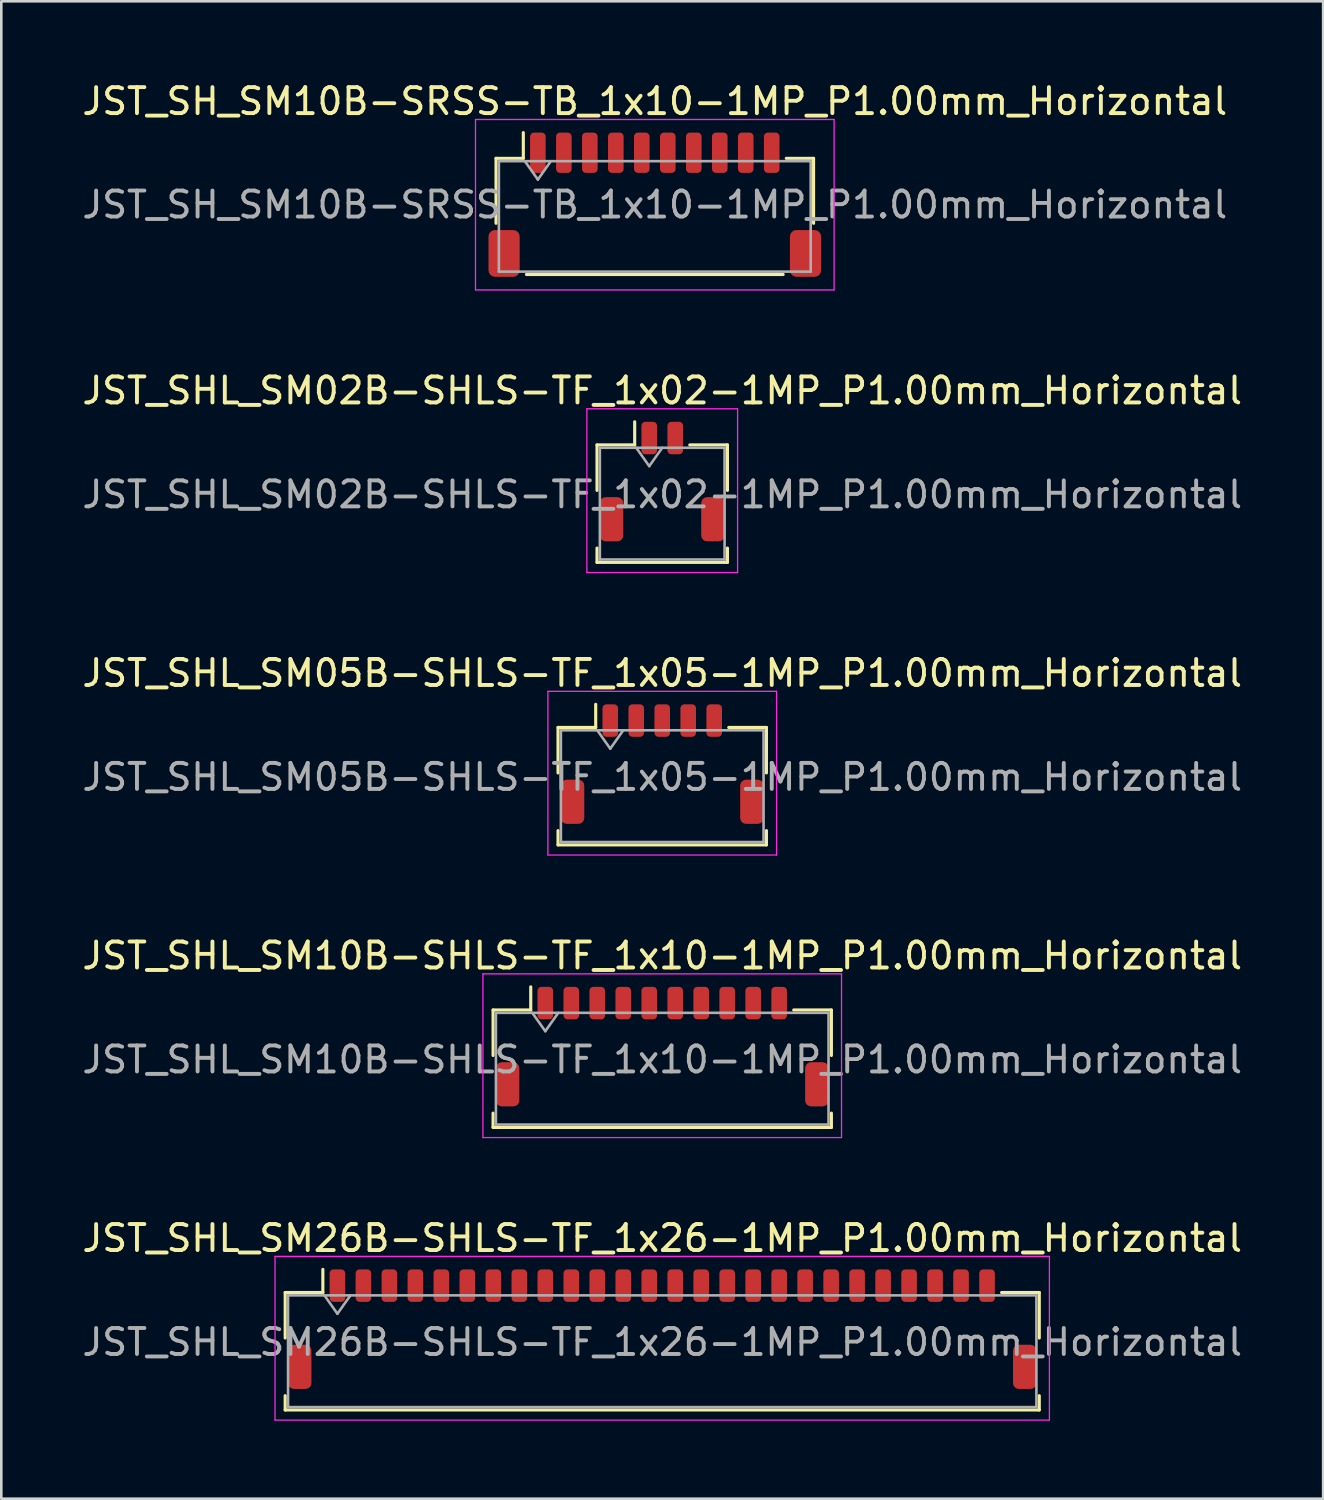
<source format=kicad_pcb>
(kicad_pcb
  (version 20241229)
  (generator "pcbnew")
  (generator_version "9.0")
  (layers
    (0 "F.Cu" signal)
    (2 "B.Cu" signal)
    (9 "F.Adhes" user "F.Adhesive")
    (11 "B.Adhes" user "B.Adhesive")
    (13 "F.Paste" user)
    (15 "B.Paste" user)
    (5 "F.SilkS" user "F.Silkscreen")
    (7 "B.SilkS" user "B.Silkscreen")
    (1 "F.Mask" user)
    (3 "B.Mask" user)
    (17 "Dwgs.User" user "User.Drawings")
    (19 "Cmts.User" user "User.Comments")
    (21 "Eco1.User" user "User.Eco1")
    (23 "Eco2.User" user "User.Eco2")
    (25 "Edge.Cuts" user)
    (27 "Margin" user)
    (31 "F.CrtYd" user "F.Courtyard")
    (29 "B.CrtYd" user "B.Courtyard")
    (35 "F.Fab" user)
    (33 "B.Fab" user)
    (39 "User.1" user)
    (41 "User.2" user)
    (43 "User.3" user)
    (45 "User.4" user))
  (footprint "JST_SHL_SM02B-SHLS-TF_1x02-1MP_P1.00mm_Horizontal"
    (layer "F.Cu")
    (at 22.435 15.482)
    (property "Reference" "JST_SHL_SM02B-SHLS-TF_1x02-1MP_P1.00mm_Horizontal" (at 0 -3.5 0) (layer "F.SilkS") (effects (font (size 1 1) (thickness 0.15))))
    (attr smd)
    (fp_line (start -2.51 -1.41) (end -1.06 -1.41) (stroke (width 0.12) (type solid)) (layer "F.SilkS"))
    (fp_line (start -2.51 0.34) (end -2.51 -1.41) (stroke (width 0.12) (type solid)) (layer "F.SilkS"))
    (fp_line (start -2.51 2.56) (end -2.51 3.11) (stroke (width 0.12) (type solid)) (layer "F.SilkS"))
    (fp_line (start -2.51 3.11) (end 2.51 3.11) (stroke (width 0.12) (type solid)) (layer "F.SilkS"))
    (fp_line (start -1.06 -1.41) (end -1.06 -2.3) (stroke (width 0.12) (type solid)) (layer "F.SilkS"))
    (fp_line (start 2.51 -1.41) (end 1.06 -1.41) (stroke (width 0.12) (type solid)) (layer "F.SilkS"))
    (fp_line (start 2.51 0.34) (end 2.51 -1.41) (stroke (width 0.12) (type solid)) (layer "F.SilkS"))
    (fp_line (start 2.51 3.11) (end 2.51 2.56) (stroke (width 0.12) (type solid)) (layer "F.SilkS"))
    (fp_line (start -2.9 -2.8) (end -2.9 3.5) (stroke (width 0.05) (type solid)) (layer "F.CrtYd"))
    (fp_line (start -2.9 3.5) (end 2.9 3.5) (stroke (width 0.05) (type solid)) (layer "F.CrtYd"))
    (fp_line (start 2.9 -2.8) (end -2.9 -2.8) (stroke (width 0.05) (type solid)) (layer "F.CrtYd"))
    (fp_line (start 2.9 3.5) (end 2.9 -2.8) (stroke (width 0.05) (type solid)) (layer "F.CrtYd"))
    (fp_line (start -2.4 -1.3) (end -2.4 3) (stroke (width 0.1) (type solid)) (layer "F.Fab"))
    (fp_line (start -2.4 -1.3) (end 2.4 -1.3) (stroke (width 0.1) (type solid)) (layer "F.Fab"))
    (fp_line (start -2.4 3) (end 2.4 3) (stroke (width 0.1) (type solid)) (layer "F.Fab"))
    (fp_line (start -1 -1.3) (end -0.5 -0.593) (stroke (width 0.1) (type solid)) (layer "F.Fab"))
    (fp_line (start -0.5 -0.593) (end 0 -1.3) (stroke (width 0.1) (type solid)) (layer "F.Fab"))
    (fp_line (start 2.4 -1.3) (end 2.4 3) (stroke (width 0.1) (type solid)) (layer "F.Fab"))
    (fp_text user "${REFERENCE}" (at 0 0.5 0) (layer "F.Fab") (effects (font (size 1 1) (thickness 0.15))))
    (pad "1" smd roundrect (at -0.5 -1.675) (size 0.6 1.25) (layers "F.Cu" "F.Mask" "F.Paste") (roundrect_rratio 0.25))
    (pad "2" smd roundrect (at 0.5 -1.675) (size 0.6 1.25) (layers "F.Cu" "F.Mask" "F.Paste") (roundrect_rratio 0.25))
    (pad "MP" smd roundrect (at -1.95 1.45) (size 0.9 1.7) (layers "F.Cu" "F.Mask" "F.Paste") (roundrect_rratio 0.25))
    (pad "MP" smd roundrect (at 1.95 1.45) (size 0.9 1.7) (layers "F.Cu" "F.Mask" "F.Paste") (roundrect_rratio 0.25)))
  (footprint "JST_SH_SM10B-SRSS-TB_1x10-1MP_P1.00mm_Horizontal"
    (layer "F.Cu")
    (at 22.149 4.828)
    (property "Reference" "JST_SH_SM10B-SRSS-TB_1x10-1MP_P1.00mm_Horizontal" (at 0 -3.98 0) (layer "F.SilkS") (effects (font (size 1 1) (thickness 0.15))))
    (attr smd)
    (fp_line (start -6.11 -1.785) (end -5.06 -1.785) (stroke (width 0.12) (type solid)) (layer "F.SilkS"))
    (fp_line (start -6.11 0.715) (end -6.11 -1.785) (stroke (width 0.12) (type solid)) (layer "F.SilkS"))
    (fp_line (start -5.06 -1.785) (end -5.06 -2.775) (stroke (width 0.12) (type solid)) (layer "F.SilkS"))
    (fp_line (start -4.94 2.685) (end 4.94 2.685) (stroke (width 0.12) (type solid)) (layer "F.SilkS"))
    (fp_line (start 6.11 -1.785) (end 5.06 -1.785) (stroke (width 0.12) (type solid)) (layer "F.SilkS"))
    (fp_line (start 6.11 0.715) (end 6.11 -1.785) (stroke (width 0.12) (type solid)) (layer "F.SilkS"))
    (fp_line (start -6.9 -3.28) (end -6.9 3.28) (stroke (width 0.05) (type solid)) (layer "F.CrtYd"))
    (fp_line (start -6.9 3.28) (end 6.9 3.28) (stroke (width 0.05) (type solid)) (layer "F.CrtYd"))
    (fp_line (start 6.9 -3.28) (end -6.9 -3.28) (stroke (width 0.05) (type solid)) (layer "F.CrtYd"))
    (fp_line (start 6.9 3.28) (end 6.9 -3.28) (stroke (width 0.05) (type solid)) (layer "F.CrtYd"))
    (fp_line (start -6 -1.675) (end -6 2.575) (stroke (width 0.1) (type solid)) (layer "F.Fab"))
    (fp_line (start -6 -1.675) (end 6 -1.675) (stroke (width 0.1) (type solid)) (layer "F.Fab"))
    (fp_line (start -6 2.575) (end 6 2.575) (stroke (width 0.1) (type solid)) (layer "F.Fab"))
    (fp_line (start -5 -1.675) (end -4.5 -0.968) (stroke (width 0.1) (type solid)) (layer "F.Fab"))
    (fp_line (start -4.5 -0.968) (end -4 -1.675) (stroke (width 0.1) (type solid)) (layer "F.Fab"))
    (fp_line (start 6 -1.675) (end 6 2.575) (stroke (width 0.1) (type solid)) (layer "F.Fab"))
    (fp_text user "${REFERENCE}" (at 0 0 0) (layer "F.Fab") (effects (font (size 1 1) (thickness 0.15))))
    (pad "1" smd roundrect (at -4.5 -2) (size 0.6 1.55) (layers "F.Cu" "F.Mask" "F.Paste") (roundrect_rratio 0.25))
    (pad "2" smd roundrect (at -3.5 -2) (size 0.6 1.55) (layers "F.Cu" "F.Mask" "F.Paste") (roundrect_rratio 0.25))
    (pad "3" smd roundrect (at -2.5 -2) (size 0.6 1.55) (layers "F.Cu" "F.Mask" "F.Paste") (roundrect_rratio 0.25))
    (pad "4" smd roundrect (at -1.5 -2) (size 0.6 1.55) (layers "F.Cu" "F.Mask" "F.Paste") (roundrect_rratio 0.25))
    (pad "5" smd roundrect (at -0.5 -2) (size 0.6 1.55) (layers "F.Cu" "F.Mask" "F.Paste") (roundrect_rratio 0.25))
    (pad "6" smd roundrect (at 0.5 -2) (size 0.6 1.55) (layers "F.Cu" "F.Mask" "F.Paste") (roundrect_rratio 0.25))
    (pad "7" smd roundrect (at 1.5 -2) (size 0.6 1.55) (layers "F.Cu" "F.Mask" "F.Paste") (roundrect_rratio 0.25))
    (pad "8" smd roundrect (at 2.5 -2) (size 0.6 1.55) (layers "F.Cu" "F.Mask" "F.Paste") (roundrect_rratio 0.25))
    (pad "9" smd roundrect (at 3.5 -2) (size 0.6 1.55) (layers "F.Cu" "F.Mask" "F.Paste") (roundrect_rratio 0.25))
    (pad "10" smd roundrect (at 4.5 -2) (size 0.6 1.55) (layers "F.Cu" "F.Mask" "F.Paste") (roundrect_rratio 0.25))
    (pad "MP" smd roundrect (at -5.8 1.875) (size 1.2 1.8) (layers "F.Cu" "F.Mask" "F.Paste") (roundrect_rratio 0.208))
    (pad "MP" smd roundrect (at 5.8 1.875) (size 1.2 1.8) (layers "F.Cu" "F.Mask" "F.Paste") (roundrect_rratio 0.208)))
  (footprint "JST_SHL_SM10B-SHLS-TF_1x10-1MP_P1.00mm_Horizontal"
    (layer "F.Cu")
    (at 22.435 37.228)
    (property "Reference" "JST_SHL_SM10B-SHLS-TF_1x10-1MP_P1.00mm_Horizontal" (at 0 -3.5 0) (layer "F.SilkS") (effects (font (size 1 1) (thickness 0.15))))
    (attr smd)
    (fp_line (start -6.51 -1.41) (end -5.06 -1.41) (stroke (width 0.12) (type solid)) (layer "F.SilkS"))
    (fp_line (start -6.51 0.34) (end -6.51 -1.41) (stroke (width 0.12) (type solid)) (layer "F.SilkS"))
    (fp_line (start -6.51 2.56) (end -6.51 3.11) (stroke (width 0.12) (type solid)) (layer "F.SilkS"))
    (fp_line (start -6.51 3.11) (end 6.51 3.11) (stroke (width 0.12) (type solid)) (layer "F.SilkS"))
    (fp_line (start -5.06 -1.41) (end -5.06 -2.3) (stroke (width 0.12) (type solid)) (layer "F.SilkS"))
    (fp_line (start 6.51 -1.41) (end 5.06 -1.41) (stroke (width 0.12) (type solid)) (layer "F.SilkS"))
    (fp_line (start 6.51 0.34) (end 6.51 -1.41) (stroke (width 0.12) (type solid)) (layer "F.SilkS"))
    (fp_line (start 6.51 3.11) (end 6.51 2.56) (stroke (width 0.12) (type solid)) (layer "F.SilkS"))
    (fp_line (start -6.9 -2.8) (end -6.9 3.5) (stroke (width 0.05) (type solid)) (layer "F.CrtYd"))
    (fp_line (start -6.9 3.5) (end 6.9 3.5) (stroke (width 0.05) (type solid)) (layer "F.CrtYd"))
    (fp_line (start 6.9 -2.8) (end -6.9 -2.8) (stroke (width 0.05) (type solid)) (layer "F.CrtYd"))
    (fp_line (start 6.9 3.5) (end 6.9 -2.8) (stroke (width 0.05) (type solid)) (layer "F.CrtYd"))
    (fp_line (start -6.4 -1.3) (end -6.4 3) (stroke (width 0.1) (type solid)) (layer "F.Fab"))
    (fp_line (start -6.4 -1.3) (end 6.4 -1.3) (stroke (width 0.1) (type solid)) (layer "F.Fab"))
    (fp_line (start -6.4 3) (end 6.4 3) (stroke (width 0.1) (type solid)) (layer "F.Fab"))
    (fp_line (start -5 -1.3) (end -4.5 -0.593) (stroke (width 0.1) (type solid)) (layer "F.Fab"))
    (fp_line (start -4.5 -0.593) (end -4 -1.3) (stroke (width 0.1) (type solid)) (layer "F.Fab"))
    (fp_line (start 6.4 -1.3) (end 6.4 3) (stroke (width 0.1) (type solid)) (layer "F.Fab"))
    (fp_text user "${REFERENCE}" (at 0 0.5 0) (layer "F.Fab") (effects (font (size 1 1) (thickness 0.15))))
    (pad "1" smd roundrect (at -4.5 -1.675) (size 0.6 1.25) (layers "F.Cu" "F.Mask" "F.Paste") (roundrect_rratio 0.25))
    (pad "2" smd roundrect (at -3.5 -1.675) (size 0.6 1.25) (layers "F.Cu" "F.Mask" "F.Paste") (roundrect_rratio 0.25))
    (pad "3" smd roundrect (at -2.5 -1.675) (size 0.6 1.25) (layers "F.Cu" "F.Mask" "F.Paste") (roundrect_rratio 0.25))
    (pad "4" smd roundrect (at -1.5 -1.675) (size 0.6 1.25) (layers "F.Cu" "F.Mask" "F.Paste") (roundrect_rratio 0.25))
    (pad "5" smd roundrect (at -0.5 -1.675) (size 0.6 1.25) (layers "F.Cu" "F.Mask" "F.Paste") (roundrect_rratio 0.25))
    (pad "6" smd roundrect (at 0.5 -1.675) (size 0.6 1.25) (layers "F.Cu" "F.Mask" "F.Paste") (roundrect_rratio 0.25))
    (pad "7" smd roundrect (at 1.5 -1.675) (size 0.6 1.25) (layers "F.Cu" "F.Mask" "F.Paste") (roundrect_rratio 0.25))
    (pad "8" smd roundrect (at 2.5 -1.675) (size 0.6 1.25) (layers "F.Cu" "F.Mask" "F.Paste") (roundrect_rratio 0.25))
    (pad "9" smd roundrect (at 3.5 -1.675) (size 0.6 1.25) (layers "F.Cu" "F.Mask" "F.Paste") (roundrect_rratio 0.25))
    (pad "10" smd roundrect (at 4.5 -1.675) (size 0.6 1.25) (layers "F.Cu" "F.Mask" "F.Paste") (roundrect_rratio 0.25))
    (pad "MP" smd roundrect (at -5.95 1.45) (size 0.9 1.7) (layers "F.Cu" "F.Mask" "F.Paste") (roundrect_rratio 0.25))
    (pad "MP" smd roundrect (at 5.95 1.45) (size 0.9 1.7) (layers "F.Cu" "F.Mask" "F.Paste") (roundrect_rratio 0.25)))
  (footprint "JST_SHL_SM05B-SHLS-TF_1x05-1MP_P1.00mm_Horizontal"
    (layer "F.Cu")
    (at 22.435 26.355)
    (property "Reference" "JST_SHL_SM05B-SHLS-TF_1x05-1MP_P1.00mm_Horizontal" (at 0 -3.5 0) (layer "F.SilkS") (effects (font (size 1 1) (thickness 0.15))))
    (attr smd)
    (fp_line (start -4.01 -1.41) (end -2.56 -1.41) (stroke (width 0.12) (type solid)) (layer "F.SilkS"))
    (fp_line (start -4.01 0.34) (end -4.01 -1.41) (stroke (width 0.12) (type solid)) (layer "F.SilkS"))
    (fp_line (start -4.01 2.56) (end -4.01 3.11) (stroke (width 0.12) (type solid)) (layer "F.SilkS"))
    (fp_line (start -4.01 3.11) (end 4.01 3.11) (stroke (width 0.12) (type solid)) (layer "F.SilkS"))
    (fp_line (start -2.56 -1.41) (end -2.56 -2.3) (stroke (width 0.12) (type solid)) (layer "F.SilkS"))
    (fp_line (start 4.01 -1.41) (end 2.56 -1.41) (stroke (width 0.12) (type solid)) (layer "F.SilkS"))
    (fp_line (start 4.01 0.34) (end 4.01 -1.41) (stroke (width 0.12) (type solid)) (layer "F.SilkS"))
    (fp_line (start 4.01 3.11) (end 4.01 2.56) (stroke (width 0.12) (type solid)) (layer "F.SilkS"))
    (fp_line (start -4.4 -2.8) (end -4.4 3.5) (stroke (width 0.05) (type solid)) (layer "F.CrtYd"))
    (fp_line (start -4.4 3.5) (end 4.4 3.5) (stroke (width 0.05) (type solid)) (layer "F.CrtYd"))
    (fp_line (start 4.4 -2.8) (end -4.4 -2.8) (stroke (width 0.05) (type solid)) (layer "F.CrtYd"))
    (fp_line (start 4.4 3.5) (end 4.4 -2.8) (stroke (width 0.05) (type solid)) (layer "F.CrtYd"))
    (fp_line (start -3.9 -1.3) (end -3.9 3) (stroke (width 0.1) (type solid)) (layer "F.Fab"))
    (fp_line (start -3.9 -1.3) (end 3.9 -1.3) (stroke (width 0.1) (type solid)) (layer "F.Fab"))
    (fp_line (start -3.9 3) (end 3.9 3) (stroke (width 0.1) (type solid)) (layer "F.Fab"))
    (fp_line (start -2.5 -1.3) (end -2 -0.593) (stroke (width 0.1) (type solid)) (layer "F.Fab"))
    (fp_line (start -2 -0.593) (end -1.5 -1.3) (stroke (width 0.1) (type solid)) (layer "F.Fab"))
    (fp_line (start 3.9 -1.3) (end 3.9 3) (stroke (width 0.1) (type solid)) (layer "F.Fab"))
    (fp_text user "${REFERENCE}" (at 0 0.5 0) (layer "F.Fab") (effects (font (size 1 1) (thickness 0.15))))
    (pad "1" smd roundrect (at -2 -1.675) (size 0.6 1.25) (layers "F.Cu" "F.Mask" "F.Paste") (roundrect_rratio 0.25))
    (pad "2" smd roundrect (at -1 -1.675) (size 0.6 1.25) (layers "F.Cu" "F.Mask" "F.Paste") (roundrect_rratio 0.25))
    (pad "3" smd roundrect (at 0 -1.675) (size 0.6 1.25) (layers "F.Cu" "F.Mask" "F.Paste") (roundrect_rratio 0.25))
    (pad "4" smd roundrect (at 1 -1.675) (size 0.6 1.25) (layers "F.Cu" "F.Mask" "F.Paste") (roundrect_rratio 0.25))
    (pad "5" smd roundrect (at 2 -1.675) (size 0.6 1.25) (layers "F.Cu" "F.Mask" "F.Paste") (roundrect_rratio 0.25))
    (pad "MP" smd roundrect (at -3.45 1.45) (size 0.9 1.7) (layers "F.Cu" "F.Mask" "F.Paste") (roundrect_rratio 0.25))
    (pad "MP" smd roundrect (at 3.45 1.45) (size 0.9 1.7) (layers "F.Cu" "F.Mask" "F.Paste") (roundrect_rratio 0.25)))
  (footprint "JST_SHL_SM26B-SHLS-TF_1x26-1MP_P1.00mm_Horizontal"
    (layer "F.Cu")
    (at 22.435 48.101)
    (property "Reference" "JST_SHL_SM26B-SHLS-TF_1x26-1MP_P1.00mm_Horizontal" (at 0 -3.5 0) (layer "F.SilkS") (effects (font (size 1 1) (thickness 0.15))))
    (attr smd)
    (fp_line (start -14.51 -1.41) (end -13.06 -1.41) (stroke (width 0.12) (type solid)) (layer "F.SilkS"))
    (fp_line (start -14.51 0.34) (end -14.51 -1.41) (stroke (width 0.12) (type solid)) (layer "F.SilkS"))
    (fp_line (start -14.51 2.56) (end -14.51 3.11) (stroke (width 0.12) (type solid)) (layer "F.SilkS"))
    (fp_line (start -14.51 3.11) (end 14.51 3.11) (stroke (width 0.12) (type solid)) (layer "F.SilkS"))
    (fp_line (start -13.06 -1.41) (end -13.06 -2.3) (stroke (width 0.12) (type solid)) (layer "F.SilkS"))
    (fp_line (start 14.51 -1.41) (end 13.06 -1.41) (stroke (width 0.12) (type solid)) (layer "F.SilkS"))
    (fp_line (start 14.51 0.34) (end 14.51 -1.41) (stroke (width 0.12) (type solid)) (layer "F.SilkS"))
    (fp_line (start 14.51 3.11) (end 14.51 2.56) (stroke (width 0.12) (type solid)) (layer "F.SilkS"))
    (fp_line (start -14.9 -2.8) (end -14.9 3.5) (stroke (width 0.05) (type solid)) (layer "F.CrtYd"))
    (fp_line (start -14.9 3.5) (end 14.9 3.5) (stroke (width 0.05) (type solid)) (layer "F.CrtYd"))
    (fp_line (start 14.9 -2.8) (end -14.9 -2.8) (stroke (width 0.05) (type solid)) (layer "F.CrtYd"))
    (fp_line (start 14.9 3.5) (end 14.9 -2.8) (stroke (width 0.05) (type solid)) (layer "F.CrtYd"))
    (fp_line (start -14.4 -1.3) (end -14.4 3) (stroke (width 0.1) (type solid)) (layer "F.Fab"))
    (fp_line (start -14.4 -1.3) (end 14.4 -1.3) (stroke (width 0.1) (type solid)) (layer "F.Fab"))
    (fp_line (start -14.4 3) (end 14.4 3) (stroke (width 0.1) (type solid)) (layer "F.Fab"))
    (fp_line (start -13 -1.3) (end -12.5 -0.593) (stroke (width 0.1) (type solid)) (layer "F.Fab"))
    (fp_line (start -12.5 -0.593) (end -12 -1.3) (stroke (width 0.1) (type solid)) (layer "F.Fab"))
    (fp_line (start 14.4 -1.3) (end 14.4 3) (stroke (width 0.1) (type solid)) (layer "F.Fab"))
    (fp_text user "${REFERENCE}" (at 0 0.5 0) (layer "F.Fab") (effects (font (size 1 1) (thickness 0.15))))
    (pad "1" smd roundrect (at -12.5 -1.675) (size 0.6 1.25) (layers "F.Cu" "F.Mask" "F.Paste") (roundrect_rratio 0.25))
    (pad "2" smd roundrect (at -11.5 -1.675) (size 0.6 1.25) (layers "F.Cu" "F.Mask" "F.Paste") (roundrect_rratio 0.25))
    (pad "3" smd roundrect (at -10.5 -1.675) (size 0.6 1.25) (layers "F.Cu" "F.Mask" "F.Paste") (roundrect_rratio 0.25))
    (pad "4" smd roundrect (at -9.5 -1.675) (size 0.6 1.25) (layers "F.Cu" "F.Mask" "F.Paste") (roundrect_rratio 0.25))
    (pad "5" smd roundrect (at -8.5 -1.675) (size 0.6 1.25) (layers "F.Cu" "F.Mask" "F.Paste") (roundrect_rratio 0.25))
    (pad "6" smd roundrect (at -7.5 -1.675) (size 0.6 1.25) (layers "F.Cu" "F.Mask" "F.Paste") (roundrect_rratio 0.25))
    (pad "7" smd roundrect (at -6.5 -1.675) (size 0.6 1.25) (layers "F.Cu" "F.Mask" "F.Paste") (roundrect_rratio 0.25))
    (pad "8" smd roundrect (at -5.5 -1.675) (size 0.6 1.25) (layers "F.Cu" "F.Mask" "F.Paste") (roundrect_rratio 0.25))
    (pad "9" smd roundrect (at -4.5 -1.675) (size 0.6 1.25) (layers "F.Cu" "F.Mask" "F.Paste") (roundrect_rratio 0.25))
    (pad "10" smd roundrect (at -3.5 -1.675) (size 0.6 1.25) (layers "F.Cu" "F.Mask" "F.Paste") (roundrect_rratio 0.25))
    (pad "11" smd roundrect (at -2.5 -1.675) (size 0.6 1.25) (layers "F.Cu" "F.Mask" "F.Paste") (roundrect_rratio 0.25))
    (pad "12" smd roundrect (at -1.5 -1.675) (size 0.6 1.25) (layers "F.Cu" "F.Mask" "F.Paste") (roundrect_rratio 0.25))
    (pad "13" smd roundrect (at -0.5 -1.675) (size 0.6 1.25) (layers "F.Cu" "F.Mask" "F.Paste") (roundrect_rratio 0.25))
    (pad "14" smd roundrect (at 0.5 -1.675) (size 0.6 1.25) (layers "F.Cu" "F.Mask" "F.Paste") (roundrect_rratio 0.25))
    (pad "15" smd roundrect (at 1.5 -1.675) (size 0.6 1.25) (layers "F.Cu" "F.Mask" "F.Paste") (roundrect_rratio 0.25))
    (pad "16" smd roundrect (at 2.5 -1.675) (size 0.6 1.25) (layers "F.Cu" "F.Mask" "F.Paste") (roundrect_rratio 0.25))
    (pad "17" smd roundrect (at 3.5 -1.675) (size 0.6 1.25) (layers "F.Cu" "F.Mask" "F.Paste") (roundrect_rratio 0.25))
    (pad "18" smd roundrect (at 4.5 -1.675) (size 0.6 1.25) (layers "F.Cu" "F.Mask" "F.Paste") (roundrect_rratio 0.25))
    (pad "19" smd roundrect (at 5.5 -1.675) (size 0.6 1.25) (layers "F.Cu" "F.Mask" "F.Paste") (roundrect_rratio 0.25))
    (pad "20" smd roundrect (at 6.5 -1.675) (size 0.6 1.25) (layers "F.Cu" "F.Mask" "F.Paste") (roundrect_rratio 0.25))
    (pad "21" smd roundrect (at 7.5 -1.675) (size 0.6 1.25) (layers "F.Cu" "F.Mask" "F.Paste") (roundrect_rratio 0.25))
    (pad "22" smd roundrect (at 8.5 -1.675) (size 0.6 1.25) (layers "F.Cu" "F.Mask" "F.Paste") (roundrect_rratio 0.25))
    (pad "23" smd roundrect (at 9.5 -1.675) (size 0.6 1.25) (layers "F.Cu" "F.Mask" "F.Paste") (roundrect_rratio 0.25))
    (pad "24" smd roundrect (at 10.5 -1.675) (size 0.6 1.25) (layers "F.Cu" "F.Mask" "F.Paste") (roundrect_rratio 0.25))
    (pad "25" smd roundrect (at 11.5 -1.675) (size 0.6 1.25) (layers "F.Cu" "F.Mask" "F.Paste") (roundrect_rratio 0.25))
    (pad "26" smd roundrect (at 12.5 -1.675) (size 0.6 1.25) (layers "F.Cu" "F.Mask" "F.Paste") (roundrect_rratio 0.25))
    (pad "MP" smd roundrect (at -13.95 1.45) (size 0.9 1.7) (layers "F.Cu" "F.Mask" "F.Paste") (roundrect_rratio 0.25))
    (pad "MP" smd roundrect (at 13.95 1.45) (size 0.9 1.7) (layers "F.Cu" "F.Mask" "F.Paste") (roundrect_rratio 0.25)))
  (gr_rect
    (start -3 -3)
    (end 47.869 54.626)
    (stroke (width 0.1) (type default))
    (fill no)
    (layer "Edge.Cuts")))
</source>
